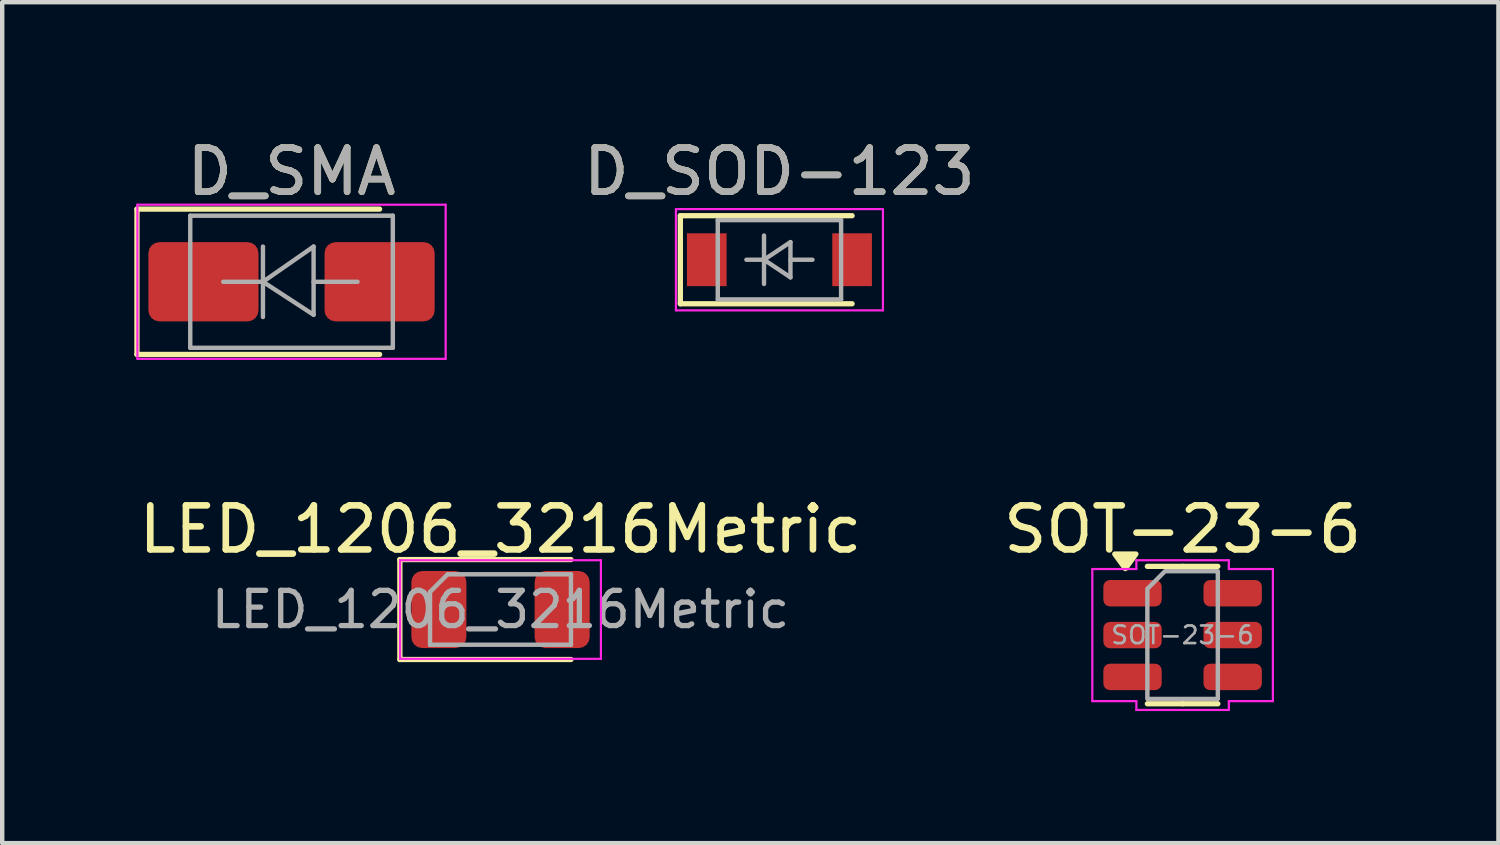
<source format=kicad_pcb>
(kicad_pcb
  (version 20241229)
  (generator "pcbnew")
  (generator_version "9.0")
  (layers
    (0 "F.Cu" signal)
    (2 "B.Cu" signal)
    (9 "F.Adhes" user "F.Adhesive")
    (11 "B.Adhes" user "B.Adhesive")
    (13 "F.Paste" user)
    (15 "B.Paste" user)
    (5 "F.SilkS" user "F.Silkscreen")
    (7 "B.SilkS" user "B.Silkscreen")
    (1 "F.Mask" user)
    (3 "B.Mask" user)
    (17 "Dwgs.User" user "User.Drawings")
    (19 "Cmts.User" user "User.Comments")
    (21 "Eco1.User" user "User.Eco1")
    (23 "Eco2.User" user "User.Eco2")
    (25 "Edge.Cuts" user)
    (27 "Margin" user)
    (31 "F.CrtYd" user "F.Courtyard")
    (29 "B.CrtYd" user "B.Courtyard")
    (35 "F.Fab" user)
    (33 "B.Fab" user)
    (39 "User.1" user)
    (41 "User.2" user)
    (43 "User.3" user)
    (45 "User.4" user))
  (footprint "D_SOD-123"
    (layer "F.Cu")
    (at 14.649 2.848)
    (property "Reference" "D_SOD-123" (at 0 -2 0) (layer "F.SilkS") (effects (font (size 1 1) (thickness 0.15))))
    (attr smd)
    (fp_line (start -2.25 -1) (end -2.25 1) (stroke (width 0.12) (type solid)) (layer "F.SilkS"))
    (fp_line (start -2.25 -1) (end 1.65 -1) (stroke (width 0.12) (type solid)) (layer "F.SilkS"))
    (fp_line (start -2.25 1) (end 1.65 1) (stroke (width 0.12) (type solid)) (layer "F.SilkS"))
    (fp_line (start -2.35 -1.15) (end -2.35 1.15) (stroke (width 0.05) (type solid)) (layer "F.CrtYd"))
    (fp_line (start -2.35 -1.15) (end 2.35 -1.15) (stroke (width 0.05) (type solid)) (layer "F.CrtYd"))
    (fp_line (start 2.35 -1.15) (end 2.35 1.15) (stroke (width 0.05) (type solid)) (layer "F.CrtYd"))
    (fp_line (start 2.35 1.15) (end -2.35 1.15) (stroke (width 0.05) (type solid)) (layer "F.CrtYd"))
    (fp_line (start -1.4 -0.9) (end 1.4 -0.9) (stroke (width 0.1) (type solid)) (layer "F.Fab"))
    (fp_line (start -1.4 0.9) (end -1.4 -0.9) (stroke (width 0.1) (type solid)) (layer "F.Fab"))
    (fp_line (start -0.75 0) (end -0.35 0) (stroke (width 0.1) (type solid)) (layer "F.Fab"))
    (fp_line (start -0.35 0) (end -0.35 -0.55) (stroke (width 0.1) (type solid)) (layer "F.Fab"))
    (fp_line (start -0.35 0) (end -0.35 0.55) (stroke (width 0.1) (type solid)) (layer "F.Fab"))
    (fp_line (start -0.35 0) (end 0.25 -0.4) (stroke (width 0.1) (type solid)) (layer "F.Fab"))
    (fp_line (start 0.25 -0.4) (end 0.25 0.4) (stroke (width 0.1) (type solid)) (layer "F.Fab"))
    (fp_line (start 0.25 0) (end 0.75 0) (stroke (width 0.1) (type solid)) (layer "F.Fab"))
    (fp_line (start 0.25 0.4) (end -0.35 0) (stroke (width 0.1) (type solid)) (layer "F.Fab"))
    (fp_line (start 1.4 -0.9) (end 1.4 0.9) (stroke (width 0.1) (type solid)) (layer "F.Fab"))
    (fp_line (start 1.4 0.9) (end -1.4 0.9) (stroke (width 0.1) (type solid)) (layer "F.Fab"))
    (fp_text user "${REFERENCE}" (at 0 -2 0) (layer "F.Fab") (effects (font (size 1 1) (thickness 0.15))))
    (pad "1" smd rect (at -1.65 0) (size 0.9 1.2) (layers "F.Cu" "F.Mask" "F.Paste"))
    (pad "2" smd rect (at 1.65 0) (size 0.9 1.2) (layers "F.Cu" "F.Mask" "F.Paste")))
  (footprint "D_SMA"
    (layer "F.Cu")
    (at 3.57 3.348)
    (property "Reference" "D_SMA" (at 0 -2.5 0) (layer "F.SilkS") (effects (font (size 1 1) (thickness 0.15))))
    (attr smd)
    (fp_line (start -3.51 -1.65) (end -3.51 1.65) (stroke (width 0.12) (type solid)) (layer "F.SilkS"))
    (fp_line (start -3.51 -1.65) (end 2 -1.65) (stroke (width 0.12) (type solid)) (layer "F.SilkS"))
    (fp_line (start -3.51 1.65) (end 2 1.65) (stroke (width 0.12) (type solid)) (layer "F.SilkS"))
    (fp_line (start -3.5 -1.75) (end 3.5 -1.75) (stroke (width 0.05) (type solid)) (layer "F.CrtYd"))
    (fp_line (start -3.5 1.75) (end -3.5 -1.75) (stroke (width 0.05) (type solid)) (layer "F.CrtYd"))
    (fp_line (start 3.5 -1.75) (end 3.5 1.75) (stroke (width 0.05) (type solid)) (layer "F.CrtYd"))
    (fp_line (start 3.5 1.75) (end -3.5 1.75) (stroke (width 0.05) (type solid)) (layer "F.CrtYd"))
    (fp_line (start -2.3 1.5) (end -2.3 -1.5) (stroke (width 0.1) (type solid)) (layer "F.Fab"))
    (fp_line (start -0.649 -0.799) (end -0.649 0.801) (stroke (width 0.1) (type solid)) (layer "F.Fab"))
    (fp_line (start -0.649 0.001) (end -1.551 0.001) (stroke (width 0.1) (type solid)) (layer "F.Fab"))
    (fp_line (start -0.649 0.001) (end 0.501 -0.799) (stroke (width 0.1) (type solid)) (layer "F.Fab"))
    (fp_line (start -0.649 0.001) (end 0.501 0.75) (stroke (width 0.1) (type solid)) (layer "F.Fab"))
    (fp_line (start 0.501 0.001) (end 1.499 0.001) (stroke (width 0.1) (type solid)) (layer "F.Fab"))
    (fp_line (start 0.501 0.75) (end 0.501 -0.799) (stroke (width 0.1) (type solid)) (layer "F.Fab"))
    (fp_line (start 2.3 -1.5) (end -2.3 -1.5) (stroke (width 0.1) (type solid)) (layer "F.Fab"))
    (fp_line (start 2.3 -1.5) (end 2.3 1.5) (stroke (width 0.1) (type solid)) (layer "F.Fab"))
    (fp_line (start 2.3 1.5) (end -2.3 1.5) (stroke (width 0.1) (type solid)) (layer "F.Fab"))
    (fp_text user "${REFERENCE}" (at 0 -2.5 0) (layer "F.Fab") (effects (font (size 1 1) (thickness 0.15))))
    (pad "1" smd roundrect (at -2 0) (size 2.5 1.8) (layers "F.Cu" "F.Mask" "F.Paste") (roundrect_rratio 0.139))
    (pad "2" smd roundrect (at 2 0) (size 2.5 1.8) (layers "F.Cu" "F.Mask" "F.Paste") (roundrect_rratio 0.139)))
  (footprint "SOT-23-6"
    (layer "F.Cu")
    (at 23.804 11.371)
    (property "Reference" "SOT-23-6" (at 0 -2.4 0) (layer "F.SilkS") (effects (font (size 1 1) (thickness 0.15))))
    (attr smd)
    (fp_line (start 0 -1.56) (end -0.8 -1.56) (stroke (width 0.12) (type solid)) (layer "F.SilkS"))
    (fp_line (start 0 -1.56) (end 0.8 -1.56) (stroke (width 0.12) (type solid)) (layer "F.SilkS"))
    (fp_line (start 0 1.56) (end -0.8 1.56) (stroke (width 0.12) (type solid)) (layer "F.SilkS"))
    (fp_line (start 0 1.56) (end 0.8 1.56) (stroke (width 0.12) (type solid)) (layer "F.SilkS"))
    (fp_poly (pts (xy -1.3 -1.51) (xy -1.54 -1.84) (xy -1.06 -1.84)) (stroke (width 0.12) (type solid)) (fill yes) (layer "F.SilkS"))
    (fp_line (start -2.05 -1.5) (end -1.05 -1.5) (stroke (width 0.05) (type solid)) (layer "F.CrtYd"))
    (fp_line (start -2.05 1.5) (end -2.05 -1.5) (stroke (width 0.05) (type solid)) (layer "F.CrtYd"))
    (fp_line (start -1.05 -1.7) (end 1.05 -1.7) (stroke (width 0.05) (type solid)) (layer "F.CrtYd"))
    (fp_line (start -1.05 -1.5) (end -1.05 -1.7) (stroke (width 0.05) (type solid)) (layer "F.CrtYd"))
    (fp_line (start -1.05 1.5) (end -2.05 1.5) (stroke (width 0.05) (type solid)) (layer "F.CrtYd"))
    (fp_line (start -1.05 1.7) (end -1.05 1.5) (stroke (width 0.05) (type solid)) (layer "F.CrtYd"))
    (fp_line (start 1.05 -1.7) (end 1.05 -1.5) (stroke (width 0.05) (type solid)) (layer "F.CrtYd"))
    (fp_line (start 1.05 -1.5) (end 2.05 -1.5) (stroke (width 0.05) (type solid)) (layer "F.CrtYd"))
    (fp_line (start 1.05 1.5) (end 1.05 1.7) (stroke (width 0.05) (type solid)) (layer "F.CrtYd"))
    (fp_line (start 1.05 1.7) (end -1.05 1.7) (stroke (width 0.05) (type solid)) (layer "F.CrtYd"))
    (fp_line (start 2.05 -1.5) (end 2.05 1.5) (stroke (width 0.05) (type solid)) (layer "F.CrtYd"))
    (fp_line (start 2.05 1.5) (end 1.05 1.5) (stroke (width 0.05) (type solid)) (layer "F.CrtYd"))
    (fp_poly (pts (xy -0.8 -1.05) (xy -0.8 1.45) (xy 0.8 1.45) (xy 0.8 -1.45) (xy -0.4 -1.45)) (stroke (width 0.1) (type solid)) (fill no) (layer "F.Fab"))
    (fp_text user "${REFERENCE}" (at 0 0 0) (layer "F.Fab") (effects (font (size 0.4 0.4) (thickness 0.06))))
    (pad "1" smd roundrect (at -1.137 -0.95) (size 1.325 0.6) (layers "F.Cu" "F.Mask" "F.Paste") (roundrect_rratio 0.25))
    (pad "2" smd roundrect (at -1.137 0) (size 1.325 0.6) (layers "F.Cu" "F.Mask" "F.Paste") (roundrect_rratio 0.25))
    (pad "3" smd roundrect (at -1.137 0.95) (size 1.325 0.6) (layers "F.Cu" "F.Mask" "F.Paste") (roundrect_rratio 0.25))
    (pad "4" smd roundrect (at 1.137 0.95) (size 1.325 0.6) (layers "F.Cu" "F.Mask" "F.Paste") (roundrect_rratio 0.25))
    (pad "5" smd roundrect (at 1.137 0) (size 1.325 0.6) (layers "F.Cu" "F.Mask" "F.Paste") (roundrect_rratio 0.25))
    (pad "6" smd roundrect (at 1.137 -0.95) (size 1.325 0.6) (layers "F.Cu" "F.Mask" "F.Paste") (roundrect_rratio 0.25)))
  (footprint "LED_1206_3216Metric"
    (layer "F.Cu")
    (at 8.315 10.791)
    (property "Reference" "LED_1206_3216Metric" (at 0 -1.82 0) (layer "F.SilkS") (effects (font (size 1 1) (thickness 0.15))))
    (attr smd)
    (fp_line (start -2.285 -1.135) (end -2.285 1.135) (stroke (width 0.12) (type solid)) (layer "F.SilkS"))
    (fp_line (start -2.285 1.135) (end 1.6 1.135) (stroke (width 0.12) (type solid)) (layer "F.SilkS"))
    (fp_line (start 1.6 -1.135) (end -2.285 -1.135) (stroke (width 0.12) (type solid)) (layer "F.SilkS"))
    (fp_line (start -2.28 -1.12) (end 2.28 -1.12) (stroke (width 0.05) (type solid)) (layer "F.CrtYd"))
    (fp_line (start -2.28 1.12) (end -2.28 -1.12) (stroke (width 0.05) (type solid)) (layer "F.CrtYd"))
    (fp_line (start 2.28 -1.12) (end 2.28 1.12) (stroke (width 0.05) (type solid)) (layer "F.CrtYd"))
    (fp_line (start 2.28 1.12) (end -2.28 1.12) (stroke (width 0.05) (type solid)) (layer "F.CrtYd"))
    (fp_line (start -1.6 -0.4) (end -1.6 0.8) (stroke (width 0.1) (type solid)) (layer "F.Fab"))
    (fp_line (start -1.6 0.8) (end 1.6 0.8) (stroke (width 0.1) (type solid)) (layer "F.Fab"))
    (fp_line (start -1.2 -0.8) (end -1.6 -0.4) (stroke (width 0.1) (type solid)) (layer "F.Fab"))
    (fp_line (start 1.6 -0.8) (end -1.2 -0.8) (stroke (width 0.1) (type solid)) (layer "F.Fab"))
    (fp_line (start 1.6 0.8) (end 1.6 -0.8) (stroke (width 0.1) (type solid)) (layer "F.Fab"))
    (fp_text user "${REFERENCE}" (at 0 0 0) (layer "F.Fab") (effects (font (size 0.8 0.8) (thickness 0.12))))
    (pad "1" smd roundrect (at -1.4 0) (size 1.25 1.75) (layers "F.Cu" "F.Mask" "F.Paste") (roundrect_rratio 0.2))
    (pad "2" smd roundrect (at 1.4 0) (size 1.25 1.75) (layers "F.Cu" "F.Mask" "F.Paste") (roundrect_rratio 0.2)))
  (gr_rect
    (start -3 -3)
    (end 30.976 16.096)
    (stroke (width 0.1) (type default))
    (fill no)
    (layer "Edge.Cuts")))
</source>
